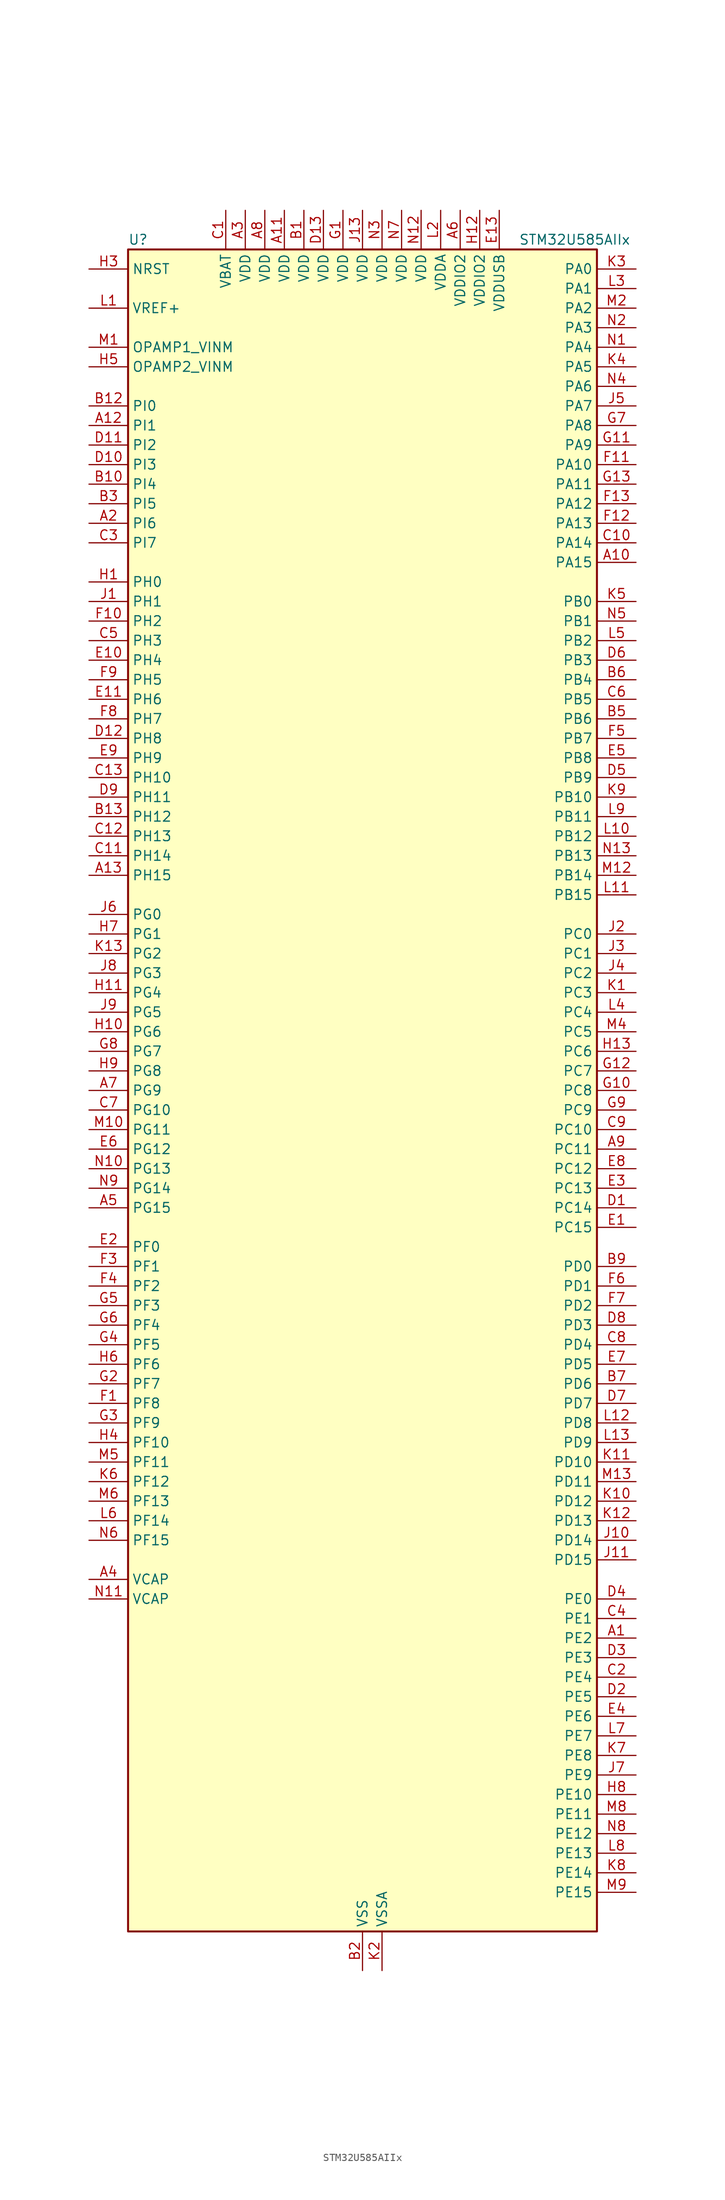
<source format=kicad_sym>
(kicad_symbol_lib
  (version 20211014)
  (generator kicad-library-utils)
  (symbol "STM32U585AIIx"
    (property "Reference" "U"
      (at -30.48 110.49 0)
      (effects (font (size 1.27 1.27)) (justify left)))
    (property "Value" "STM32U585AIIx"
      (at 20.32 110.49 0)
      (effects (font (size 1.27 1.27)) (justify left)))
    (property "ki_fp_filters" "*UFBGA*7x7mm*Layout13x13*P0.5mm*"
      (at 0.0 0.0 0.0)
      (effects (font (size 1.27 1.27))))
    (symbol "STM32U585AIIx_0_1"
      (rectangle (start -30.48 -109.22) (end 30.48 109.22) (stroke (width 0.254)) (fill (type background))))
    (symbol "STM32U585AIIx_1_1"
      (pin input line (at -35.56 106.68 0) (length 5.08) (name "NRST" (effects (font (size 1.27 1.27)))) (number "H3" (effects (font (size 1.27 1.27)))))
      (pin input line (at -35.56 101.6 0) (length 5.08) (name "VREF+" (effects (font (size 1.27 1.27)))) (number "L1" (effects (font (size 1.27 1.27)))) (alternate "VREFBUF_OUT" bidirectional line))
      (pin bidirectional line (at -35.56 96.52 0) (length 5.08) (name "OPAMP1_VINM" (effects (font (size 1.27 1.27)))) (number "M1" (effects (font (size 1.27 1.27)))) (alternate "OPAMP1_VINM" bidirectional line))
      (pin bidirectional line (at -35.56 93.98 0) (length 5.08) (name "OPAMP2_VINM" (effects (font (size 1.27 1.27)))) (number "H5" (effects (font (size 1.27 1.27)))) (alternate "OPAMP2_VINM" bidirectional line))
      (pin bidirectional line (at -35.56 88.9 0) (length 5.08) (name "PI0" (effects (font (size 1.27 1.27)))) (number "B12" (effects (font (size 1.27 1.27)))) (alternate "DCMI_D13" bidirectional line) (alternate "OCTOSPIM_P1_IO5" bidirectional line) (alternate "PSSI_D13" bidirectional line) (alternate "SPI2_NSS" bidirectional line) (alternate "TIM5_CH4" bidirectional line))
      (pin bidirectional line (at -35.56 86.36 0) (length 5.08) (name "PI1" (effects (font (size 1.27 1.27)))) (number "A12" (effects (font (size 1.27 1.27)))) (alternate "DCMI_D8" bidirectional line) (alternate "OCTOSPIM_P2_IO2" bidirectional line) (alternate "PSSI_D8" bidirectional line) (alternate "SPI2_SCK" bidirectional line))
      (pin bidirectional line (at -35.56 83.82 0) (length 5.08) (name "PI2" (effects (font (size 1.27 1.27)))) (number "D11" (effects (font (size 1.27 1.27)))) (alternate "DCMI_D9" bidirectional line) (alternate "OCTOSPIM_P2_IO1" bidirectional line) (alternate "PSSI_D9" bidirectional line) (alternate "SPI2_MISO" bidirectional line) (alternate "TIM8_CH4" bidirectional line))
      (pin bidirectional line (at -35.56 81.28 0) (length 5.08) (name "PI3" (effects (font (size 1.27 1.27)))) (number "D10" (effects (font (size 1.27 1.27)))) (alternate "DCMI_D10" bidirectional line) (alternate "OCTOSPIM_P2_IO0" bidirectional line) (alternate "PSSI_D10" bidirectional line) (alternate "SPI2_MOSI" bidirectional line) (alternate "TIM8_ETR" bidirectional line))
      (pin bidirectional line (at -35.56 78.74 0) (length 5.08) (name "PI4" (effects (font (size 1.27 1.27)))) (number "B10" (effects (font (size 1.27 1.27)))) (alternate "DCMI_D5" bidirectional line) (alternate "PSSI_D5" bidirectional line) (alternate "SPI2_RDY" bidirectional line) (alternate "TIM8_BKIN" bidirectional line))
      (pin bidirectional line (at -35.56 76.2 0) (length 5.08) (name "PI5" (effects (font (size 1.27 1.27)))) (number "B3" (effects (font (size 1.27 1.27)))) (alternate "DCMI_VSYNC" bidirectional line) (alternate "OCTOSPIM_P2_NCS" bidirectional line) (alternate "PSSI_RDY" bidirectional line) (alternate "TIM8_CH1" bidirectional line))
      (pin bidirectional line (at -35.56 73.66 0) (length 5.08) (name "PI6" (effects (font (size 1.27 1.27)))) (number "A2" (effects (font (size 1.27 1.27)))) (alternate "DCMI_D6" bidirectional line) (alternate "OCTOSPIM_P2_CLK" bidirectional line) (alternate "PSSI_D6" bidirectional line) (alternate "TIM8_CH2" bidirectional line))
      (pin bidirectional line (at -35.56 71.12 0) (length 5.08) (name "PI7" (effects (font (size 1.27 1.27)))) (number "C3" (effects (font (size 1.27 1.27)))) (alternate "DCMI_D7" bidirectional line) (alternate "OCTOSPIM_P2_NCLK" bidirectional line) (alternate "PSSI_D7" bidirectional line) (alternate "TIM8_CH3" bidirectional line))
      (pin bidirectional line (at -35.56 66.04 0) (length 5.08) (name "PH0" (effects (font (size 1.27 1.27)))) (number "H1" (effects (font (size 1.27 1.27)))) (alternate "RCC_OSC_IN" bidirectional line))
      (pin bidirectional line (at -35.56 63.5 0) (length 5.08) (name "PH1" (effects (font (size 1.27 1.27)))) (number "J1" (effects (font (size 1.27 1.27)))) (alternate "RCC_OSC_OUT" bidirectional line))
      (pin bidirectional line (at -35.56 60.96 0) (length 5.08) (name "PH2" (effects (font (size 1.27 1.27)))) (number "F10" (effects (font (size 1.27 1.27)))) (alternate "OCTOSPIM_P1_IO4" bidirectional line))
      (pin bidirectional line (at -35.56 58.42 0) (length 5.08) (name "PH3" (effects (font (size 1.27 1.27)))) (number "C5" (effects (font (size 1.27 1.27)))))
      (pin bidirectional line (at -35.56 55.88 0) (length 5.08) (name "PH4" (effects (font (size 1.27 1.27)))) (number "E10" (effects (font (size 1.27 1.27)))) (alternate "I2C2_SCL" bidirectional line) (alternate "OCTOSPIM_P2_DQS" bidirectional line) (alternate "PSSI_D14" bidirectional line))
      (pin bidirectional line (at -35.56 53.34 0) (length 5.08) (name "PH5" (effects (font (size 1.27 1.27)))) (number "F9" (effects (font (size 1.27 1.27)))) (alternate "DCMI_PIXCLK" bidirectional line) (alternate "I2C2_SDA" bidirectional line) (alternate "PSSI_PDCK" bidirectional line))
      (pin bidirectional line (at -35.56 50.8 0) (length 5.08) (name "PH6" (effects (font (size 1.27 1.27)))) (number "E11" (effects (font (size 1.27 1.27)))) (alternate "DCMI_D8" bidirectional line) (alternate "I2C2_SMBA" bidirectional line) (alternate "OCTOSPIM_P2_CLK" bidirectional line) (alternate "PSSI_D8" bidirectional line))
      (pin bidirectional line (at -35.56 48.26 0) (length 5.08) (name "PH7" (effects (font (size 1.27 1.27)))) (number "F8" (effects (font (size 1.27 1.27)))) (alternate "DCMI_D9" bidirectional line) (alternate "I2C3_SCL" bidirectional line) (alternate "OCTOSPIM_P2_NCLK" bidirectional line) (alternate "PSSI_D9" bidirectional line))
      (pin bidirectional line (at -35.56 45.72 0) (length 5.08) (name "PH8" (effects (font (size 1.27 1.27)))) (number "D12" (effects (font (size 1.27 1.27)))) (alternate "DCMI_HSYNC" bidirectional line) (alternate "I2C3_SDA" bidirectional line) (alternate "OCTOSPIM_P2_IO3" bidirectional line) (alternate "PSSI_DE" bidirectional line))
      (pin bidirectional line (at -35.56 43.18 0) (length 5.08) (name "PH9" (effects (font (size 1.27 1.27)))) (number "E9" (effects (font (size 1.27 1.27)))) (alternate "DAC1_EXTI9" bidirectional line) (alternate "DCMI_D0" bidirectional line) (alternate "I2C3_SMBA" bidirectional line) (alternate "OCTOSPIM_P2_IO4" bidirectional line) (alternate "PSSI_D0" bidirectional line))
      (pin bidirectional line (at -35.56 40.64 0) (length 5.08) (name "PH10" (effects (font (size 1.27 1.27)))) (number "C13" (effects (font (size 1.27 1.27)))) (alternate "DCMI_D1" bidirectional line) (alternate "OCTOSPIM_P2_IO5" bidirectional line) (alternate "PSSI_D1" bidirectional line) (alternate "TIM5_CH1" bidirectional line))
      (pin bidirectional line (at -35.56 38.1 0) (length 5.08) (name "PH11" (effects (font (size 1.27 1.27)))) (number "D9" (effects (font (size 1.27 1.27)))) (alternate "ADC1_EXTI11" bidirectional line) (alternate "DCMI_D2" bidirectional line) (alternate "OCTOSPIM_P2_IO6" bidirectional line) (alternate "PSSI_D2" bidirectional line) (alternate "TIM5_CH2" bidirectional line))
      (pin bidirectional line (at -35.56 35.56 0) (length 5.08) (name "PH12" (effects (font (size 1.27 1.27)))) (number "B13" (effects (font (size 1.27 1.27)))) (alternate "DCMI_D3" bidirectional line) (alternate "OCTOSPIM_P2_IO7" bidirectional line) (alternate "PSSI_D3" bidirectional line) (alternate "TIM5_CH3" bidirectional line) (alternate "TIM8_CH4N" bidirectional line))
      (pin bidirectional line (at -35.56 33.02 0) (length 5.08) (name "PH13" (effects (font (size 1.27 1.27)))) (number "C12" (effects (font (size 1.27 1.27)))) (alternate "FDCAN1_TX" bidirectional line) (alternate "TIM8_CH1N" bidirectional line))
      (pin bidirectional line (at -35.56 30.48 0) (length 5.08) (name "PH14" (effects (font (size 1.27 1.27)))) (number "C11" (effects (font (size 1.27 1.27)))) (alternate "DCMI_D4" bidirectional line) (alternate "FDCAN1_RX" bidirectional line) (alternate "PSSI_D4" bidirectional line) (alternate "TIM8_CH2N" bidirectional line))
      (pin bidirectional line (at -35.56 27.94 0) (length 5.08) (name "PH15" (effects (font (size 1.27 1.27)))) (number "A13" (effects (font (size 1.27 1.27)))) (alternate "ADC1_EXTI15" bidirectional line) (alternate "ADC4_EXTI15" bidirectional line) (alternate "DCMI_D11" bidirectional line) (alternate "OCTOSPIM_P2_IO6" bidirectional line) (alternate "PSSI_D11" bidirectional line) (alternate "TIM8_CH3N" bidirectional line))
      (pin bidirectional line (at -35.56 22.86 0) (length 5.08) (name "PG0" (effects (font (size 1.27 1.27)))) (number "J6" (effects (font (size 1.27 1.27)))) (alternate "ADC4_IN7" bidirectional line) (alternate "FMC_A10" bidirectional line) (alternate "OCTOSPIM_P2_IO4" bidirectional line) (alternate "TSC_G8_IO3" bidirectional line))
      (pin bidirectional line (at -35.56 20.32 0) (length 5.08) (name "PG1" (effects (font (size 1.27 1.27)))) (number "H7" (effects (font (size 1.27 1.27)))) (alternate "ADC4_IN8" bidirectional line) (alternate "FMC_A11" bidirectional line) (alternate "OCTOSPIM_P2_IO5" bidirectional line) (alternate "TSC_G8_IO4" bidirectional line))
      (pin bidirectional line (at -35.56 17.78 0) (length 5.08) (name "PG2" (effects (font (size 1.27 1.27)))) (number "K13" (effects (font (size 1.27 1.27)))) (alternate "FMC_A12" bidirectional line) (alternate "SAI2_SCK_B" bidirectional line) (alternate "SPI1_SCK" bidirectional line))
      (pin bidirectional line (at -35.56 15.24 0) (length 5.08) (name "PG3" (effects (font (size 1.27 1.27)))) (number "J8" (effects (font (size 1.27 1.27)))) (alternate "FMC_A13" bidirectional line) (alternate "SAI2_FS_B" bidirectional line) (alternate "SPI1_MISO" bidirectional line))
      (pin bidirectional line (at -35.56 12.7 0) (length 5.08) (name "PG4" (effects (font (size 1.27 1.27)))) (number "H11" (effects (font (size 1.27 1.27)))) (alternate "FMC_A14" bidirectional line) (alternate "SAI2_MCLK_B" bidirectional line) (alternate "SPI1_MOSI" bidirectional line))
      (pin bidirectional line (at -35.56 10.16 0) (length 5.08) (name "PG5" (effects (font (size 1.27 1.27)))) (number "J9" (effects (font (size 1.27 1.27)))) (alternate "FMC_A15" bidirectional line) (alternate "LPUART1_CTS" bidirectional line) (alternate "SAI2_SD_B" bidirectional line) (alternate "SPI1_NSS" bidirectional line))
      (pin bidirectional line (at -35.56 7.62 0) (length 5.08) (name "PG6" (effects (font (size 1.27 1.27)))) (number "H10" (effects (font (size 1.27 1.27)))) (alternate "I2C3_SMBA" bidirectional line) (alternate "LPUART1_DE" bidirectional line) (alternate "LPUART1_RTS" bidirectional line) (alternate "OCTOSPIM_P1_DQS" bidirectional line) (alternate "SPI1_RDY" bidirectional line) (alternate "UCPD1_FRSTX1" bidirectional line))
      (pin bidirectional line (at -35.56 5.08 0) (length 5.08) (name "PG7" (effects (font (size 1.27 1.27)))) (number "G8" (effects (font (size 1.27 1.27)))) (alternate "FMC_INT" bidirectional line) (alternate "I2C3_SCL" bidirectional line) (alternate "LPUART1_TX" bidirectional line) (alternate "MDF1_CCK0" bidirectional line) (alternate "OCTOSPIM_P2_DQS" bidirectional line) (alternate "SAI1_CK1" bidirectional line) (alternate "SAI1_MCLK_A" bidirectional line) (alternate "UCPD1_FRSTX2" bidirectional line))
      (pin bidirectional line (at -35.56 2.54 0) (length 5.08) (name "PG8" (effects (font (size 1.27 1.27)))) (number "H9" (effects (font (size 1.27 1.27)))) (alternate "I2C3_SDA" bidirectional line) (alternate "LPUART1_RX" bidirectional line))
      (pin bidirectional line (at -35.56 0.0 0) (length 5.08) (name "PG9" (effects (font (size 1.27 1.27)))) (number "A7" (effects (font (size 1.27 1.27)))) (alternate "DAC1_EXTI9" bidirectional line) (alternate "FMC_NCE" bidirectional line) (alternate "FMC_NE2" bidirectional line) (alternate "OCTOSPIM_P2_IO6" bidirectional line) (alternate "SAI2_SCK_A" bidirectional line) (alternate "SPI3_SCK" bidirectional line) (alternate "TIM15_CH1N" bidirectional line) (alternate "USART1_TX" bidirectional line))
      (pin bidirectional line (at -35.56 -2.54 0) (length 5.08) (name "PG10" (effects (font (size 1.27 1.27)))) (number "C7" (effects (font (size 1.27 1.27)))) (alternate "FMC_NE3" bidirectional line) (alternate "LPTIM1_IN1" bidirectional line) (alternate "OCTOSPIM_P2_IO7" bidirectional line) (alternate "SAI2_FS_A" bidirectional line) (alternate "SPI3_MISO" bidirectional line) (alternate "TIM15_CH1" bidirectional line) (alternate "USART1_RX" bidirectional line))
      (pin bidirectional line (at -35.56 -5.08 0) (length 5.08) (name "PG11" (effects (font (size 1.27 1.27)))) (number "M10" (effects (font (size 1.27 1.27)))) (alternate "ADC1_EXTI11" bidirectional line) (alternate "LPTIM1_IN2" bidirectional line) (alternate "OCTOSPIM_P1_IO5" bidirectional line) (alternate "SAI2_MCLK_A" bidirectional line) (alternate "SPI3_MOSI" bidirectional line) (alternate "TIM15_CH2" bidirectional line) (alternate "USART1_CTS" bidirectional line))
      (pin bidirectional line (at -35.56 -7.62 0) (length 5.08) (name "PG12" (effects (font (size 1.27 1.27)))) (number "E6" (effects (font (size 1.27 1.27)))) (alternate "FMC_NE4" bidirectional line) (alternate "LPTIM1_ETR" bidirectional line) (alternate "OCTOSPIM_P2_NCS" bidirectional line) (alternate "SAI2_SD_A" bidirectional line) (alternate "SPI3_NSS" bidirectional line) (alternate "USART1_DE" bidirectional line) (alternate "USART1_RTS" bidirectional line))
      (pin bidirectional line (at -35.56 -10.16 0) (length 5.08) (name "PG13" (effects (font (size 1.27 1.27)))) (number "N10" (effects (font (size 1.27 1.27)))) (alternate "FMC_A24" bidirectional line) (alternate "I2C1_SDA" bidirectional line) (alternate "SPI3_RDY" bidirectional line) (alternate "USART1_CK" bidirectional line))
      (pin bidirectional line (at -35.56 -12.7 0) (length 5.08) (name "PG14" (effects (font (size 1.27 1.27)))) (number "N9" (effects (font (size 1.27 1.27)))) (alternate "FMC_A25" bidirectional line) (alternate "I2C1_SCL" bidirectional line) (alternate "LPTIM1_CH2" bidirectional line))
      (pin bidirectional line (at -35.56 -15.24 0) (length 5.08) (name "PG15" (effects (font (size 1.27 1.27)))) (number "A5" (effects (font (size 1.27 1.27)))) (alternate "ADC1_EXTI15" bidirectional line) (alternate "ADC4_EXTI15" bidirectional line) (alternate "DCMI_D13" bidirectional line) (alternate "I2C1_SMBA" bidirectional line) (alternate "LPTIM1_CH1" bidirectional line) (alternate "OCTOSPIM_P2_DQS" bidirectional line) (alternate "PSSI_D13" bidirectional line))
      (pin bidirectional line (at -35.56 -20.32 0) (length 5.08) (name "PF0" (effects (font (size 1.27 1.27)))) (number "E2" (effects (font (size 1.27 1.27)))) (alternate "FMC_A0" bidirectional line) (alternate "I2C2_SDA" bidirectional line) (alternate "OCTOSPIM_P2_IO0" bidirectional line))
      (pin bidirectional line (at -35.56 -22.86 0) (length 5.08) (name "PF1" (effects (font (size 1.27 1.27)))) (number "F3" (effects (font (size 1.27 1.27)))) (alternate "FMC_A1" bidirectional line) (alternate "I2C2_SCL" bidirectional line) (alternate "OCTOSPIM_P2_IO1" bidirectional line))
      (pin bidirectional line (at -35.56 -25.4 0) (length 5.08) (name "PF2" (effects (font (size 1.27 1.27)))) (number "F4" (effects (font (size 1.27 1.27)))) (alternate "FMC_A2" bidirectional line) (alternate "I2C2_SMBA" bidirectional line) (alternate "LPTIM3_CH2" bidirectional line) (alternate "OCTOSPIM_P2_IO2" bidirectional line) (alternate "PWR_WKUP8" bidirectional line))
      (pin bidirectional line (at -35.56 -27.94 0) (length 5.08) (name "PF3" (effects (font (size 1.27 1.27)))) (number "G5" (effects (font (size 1.27 1.27)))) (alternate "FMC_A3" bidirectional line) (alternate "LPTIM3_IN1" bidirectional line) (alternate "OCTOSPIM_P2_IO3" bidirectional line))
      (pin bidirectional line (at -35.56 -30.48 0) (length 5.08) (name "PF4" (effects (font (size 1.27 1.27)))) (number "G6" (effects (font (size 1.27 1.27)))) (alternate "FMC_A4" bidirectional line) (alternate "LPTIM3_ETR" bidirectional line) (alternate "OCTOSPIM_P2_CLK" bidirectional line))
      (pin bidirectional line (at -35.56 -33.02 0) (length 5.08) (name "PF5" (effects (font (size 1.27 1.27)))) (number "G4" (effects (font (size 1.27 1.27)))) (alternate "FMC_A5" bidirectional line) (alternate "LPTIM3_CH1" bidirectional line) (alternate "OCTOSPIM_P2_NCLK" bidirectional line))
      (pin bidirectional line (at -35.56 -35.56 0) (length 5.08) (name "PF6" (effects (font (size 1.27 1.27)))) (number "H6" (effects (font (size 1.27 1.27)))) (alternate "DCMI_D12" bidirectional line) (alternate "OCTOSPIM_P1_IO3" bidirectional line) (alternate "OCTOSPIM_P2_NCS" bidirectional line) (alternate "PSSI_D12" bidirectional line) (alternate "SAI1_SD_B" bidirectional line) (alternate "TIM5_CH1" bidirectional line) (alternate "TIM5_ETR" bidirectional line))
      (pin bidirectional line (at -35.56 -38.1 0) (length 5.08) (name "PF7" (effects (font (size 1.27 1.27)))) (number "G2" (effects (font (size 1.27 1.27)))) (alternate "FDCAN1_RX" bidirectional line) (alternate "OCTOSPIM_P1_IO2" bidirectional line) (alternate "SAI1_MCLK_B" bidirectional line) (alternate "TIM5_CH2" bidirectional line))
      (pin bidirectional line (at -35.56 -40.64 0) (length 5.08) (name "PF8" (effects (font (size 1.27 1.27)))) (number "F1" (effects (font (size 1.27 1.27)))) (alternate "FDCAN1_TX" bidirectional line) (alternate "OCTOSPIM_P1_IO0" bidirectional line) (alternate "PSSI_D14" bidirectional line) (alternate "SAI1_SCK_B" bidirectional line) (alternate "TIM5_CH3" bidirectional line))
      (pin bidirectional line (at -35.56 -43.18 0) (length 5.08) (name "PF9" (effects (font (size 1.27 1.27)))) (number "G3" (effects (font (size 1.27 1.27)))) (alternate "DAC1_EXTI9" bidirectional line) (alternate "OCTOSPIM_P1_IO1" bidirectional line) (alternate "PSSI_D15" bidirectional line) (alternate "SAI1_FS_B" bidirectional line) (alternate "TIM15_CH1" bidirectional line) (alternate "TIM5_CH4" bidirectional line))
      (pin bidirectional line (at -35.56 -45.72 0) (length 5.08) (name "PF10" (effects (font (size 1.27 1.27)))) (number "H4" (effects (font (size 1.27 1.27)))) (alternate "DCMI_D11" bidirectional line) (alternate "MDF1_CCK1" bidirectional line) (alternate "OCTOSPIM_P1_CLK" bidirectional line) (alternate "PSSI_D11" bidirectional line) (alternate "PSSI_D15" bidirectional line) (alternate "SAI1_D3" bidirectional line) (alternate "TIM15_CH2" bidirectional line))
      (pin bidirectional line (at -35.56 -48.26 0) (length 5.08) (name "PF11" (effects (font (size 1.27 1.27)))) (number "M5" (effects (font (size 1.27 1.27)))) (alternate "ADC1_EXTI11" bidirectional line) (alternate "DCMI_D12" bidirectional line) (alternate "LPTIM4_IN1" bidirectional line) (alternate "OCTOSPIM_P1_NCLK" bidirectional line) (alternate "PSSI_D12" bidirectional line))
      (pin bidirectional line (at -35.56 -50.8 0) (length 5.08) (name "PF12" (effects (font (size 1.27 1.27)))) (number "K6" (effects (font (size 1.27 1.27)))) (alternate "FMC_A6" bidirectional line) (alternate "LPTIM4_ETR" bidirectional line) (alternate "OCTOSPIM_P2_DQS" bidirectional line))
      (pin bidirectional line (at -35.56 -53.34 0) (length 5.08) (name "PF13" (effects (font (size 1.27 1.27)))) (number "M6" (effects (font (size 1.27 1.27)))) (alternate "FMC_A7" bidirectional line) (alternate "I2C4_SMBA" bidirectional line) (alternate "LPTIM4_OUT" bidirectional line) (alternate "UCPD1_FRSTX2" bidirectional line))
      (pin bidirectional line (at -35.56 -55.88 0) (length 5.08) (name "PF14" (effects (font (size 1.27 1.27)))) (number "L6" (effects (font (size 1.27 1.27)))) (alternate "ADC4_IN5" bidirectional line) (alternate "FMC_A8" bidirectional line) (alternate "I2C4_SCL" bidirectional line) (alternate "TSC_G8_IO1" bidirectional line))
      (pin bidirectional line (at -35.56 -58.42 0) (length 5.08) (name "PF15" (effects (font (size 1.27 1.27)))) (number "N6" (effects (font (size 1.27 1.27)))) (alternate "ADC1_EXTI15" bidirectional line) (alternate "ADC4_EXTI15" bidirectional line) (alternate "ADC4_IN6" bidirectional line) (alternate "FMC_A9" bidirectional line) (alternate "I2C4_SDA" bidirectional line) (alternate "TSC_G8_IO2" bidirectional line))
      (pin power_out line (at -35.56 -63.5 0) (length 5.08) (name "VCAP" (effects (font (size 1.27 1.27)))) (number "A4" (effects (font (size 1.27 1.27)))))
      (pin power_out line (at -35.56 -66.04 0) (length 5.08) (name "VCAP" (effects (font (size 1.27 1.27)))) (number "N11" (effects (font (size 1.27 1.27)))))
      (pin bidirectional line (at 35.56 106.68 180) (length 5.08) (name "PA0" (effects (font (size 1.27 1.27)))) (number "K3" (effects (font (size 1.27 1.27)))) (alternate "ADC1_IN5" bidirectional line) (alternate "AUDIOCLK" bidirectional line) (alternate "OCTOSPIM_P2_NCS" bidirectional line) (alternate "OPAMP1_VINP" bidirectional line) (alternate "PWR_WKUP1" bidirectional line) (alternate "SDMMC2_CMD" bidirectional line) (alternate "SPI3_RDY" bidirectional line) (alternate "TAMP_IN2" bidirectional line) (alternate "TAMP_OUT1" bidirectional line) (alternate "TIM2_CH1" bidirectional line) (alternate "TIM2_ETR" bidirectional line) (alternate "TIM5_CH1" bidirectional line) (alternate "TIM8_ETR" bidirectional line) (alternate "UART4_TX" bidirectional line) (alternate "USART2_CTS" bidirectional line))
      (pin bidirectional line (at 35.56 104.14 180) (length 5.08) (name "PA1" (effects (font (size 1.27 1.27)))) (number "L3" (effects (font (size 1.27 1.27)))) (alternate "ADC1_IN6" bidirectional line) (alternate "I2C1_SMBA" bidirectional line) (alternate "LPTIM1_CH2" bidirectional line) (alternate "OCTOSPIM_P1_DQS" bidirectional line) (alternate "OPAMP1_VINM" bidirectional line) (alternate "PWR_WKUP3" bidirectional line) (alternate "SPI1_SCK" bidirectional line) (alternate "TAMP_IN5" bidirectional line) (alternate "TAMP_OUT4" bidirectional line) (alternate "TIM15_CH1N" bidirectional line) (alternate "TIM2_CH2" bidirectional line) (alternate "TIM5_CH2" bidirectional line) (alternate "UART4_RX" bidirectional line) (alternate "USART2_DE" bidirectional line) (alternate "USART2_RTS" bidirectional line))
      (pin bidirectional line (at 35.56 101.6 180) (length 5.08) (name "PA2" (effects (font (size 1.27 1.27)))) (number "M2" (effects (font (size 1.27 1.27)))) (alternate "ADC1_IN7" bidirectional line) (alternate "COMP1_INP" bidirectional line) (alternate "LPUART1_TX" bidirectional line) (alternate "OCTOSPIM_P1_NCS" bidirectional line) (alternate "PWR_WKUP4" bidirectional line) (alternate "RCC_LSCO" bidirectional line) (alternate "SPI1_RDY" bidirectional line) (alternate "TIM15_CH1" bidirectional line) (alternate "TIM2_CH3" bidirectional line) (alternate "TIM5_CH3" bidirectional line) (alternate "UCPD1_FRSTX1" bidirectional line) (alternate "USART2_TX" bidirectional line))
      (pin bidirectional line (at 35.56 99.06 180) (length 5.08) (name "PA3" (effects (font (size 1.27 1.27)))) (number "N2" (effects (font (size 1.27 1.27)))) (alternate "ADC1_IN8" bidirectional line) (alternate "LPUART1_RX" bidirectional line) (alternate "OCTOSPIM_P1_CLK" bidirectional line) (alternate "OPAMP1_VOUT" bidirectional line) (alternate "PWR_WKUP5" bidirectional line) (alternate "SAI1_CK1" bidirectional line) (alternate "SAI1_MCLK_A" bidirectional line) (alternate "TIM15_CH2" bidirectional line) (alternate "TIM2_CH4" bidirectional line) (alternate "TIM5_CH4" bidirectional line) (alternate "USART2_RX" bidirectional line))
      (pin bidirectional line (at 35.56 96.52 180) (length 5.08) (name "PA4" (effects (font (size 1.27 1.27)))) (number "N1" (effects (font (size 1.27 1.27)))) (alternate "ADC1_IN9" bidirectional line) (alternate "ADC4_IN9" bidirectional line) (alternate "DAC1_OUT1" bidirectional line) (alternate "DCMI_HSYNC" bidirectional line) (alternate "LPTIM2_CH1" bidirectional line) (alternate "OCTOSPIM_P1_NCS" bidirectional line) (alternate "PSSI_DE" bidirectional line) (alternate "PWR_WKUP2" bidirectional line) (alternate "SAI1_FS_B" bidirectional line) (alternate "SPI1_NSS" bidirectional line) (alternate "SPI3_NSS" bidirectional line) (alternate "USART2_CK" bidirectional line))
      (pin bidirectional line (at 35.56 93.98 180) (length 5.08) (name "PA5" (effects (font (size 1.27 1.27)))) (number "K4" (effects (font (size 1.27 1.27)))) (alternate "ADC1_IN10" bidirectional line) (alternate "ADC4_IN10" bidirectional line) (alternate "DAC1_OUT2" bidirectional line) (alternate "LPTIM2_ETR" bidirectional line) (alternate "PSSI_D14" bidirectional line) (alternate "PWR_CSLEEP" bidirectional line) (alternate "PWR_WKUP6" bidirectional line) (alternate "SPI1_SCK" bidirectional line) (alternate "TIM2_CH1" bidirectional line) (alternate "TIM2_ETR" bidirectional line) (alternate "TIM8_CH1N" bidirectional line) (alternate "USART3_RX" bidirectional line))
      (pin bidirectional line (at 35.56 91.44 180) (length 5.08) (name "PA6" (effects (font (size 1.27 1.27)))) (number "N4" (effects (font (size 1.27 1.27)))) (alternate "ADC1_IN11" bidirectional line) (alternate "ADC4_IN11" bidirectional line) (alternate "DCMI_PIXCLK" bidirectional line) (alternate "LPUART1_CTS" bidirectional line) (alternate "OCTOSPIM_P1_IO3" bidirectional line) (alternate "OPAMP2_VINP" bidirectional line) (alternate "PSSI_PDCK" bidirectional line) (alternate "PWR_CDSTOP" bidirectional line) (alternate "PWR_WKUP7" bidirectional line) (alternate "SPI1_MISO" bidirectional line) (alternate "TIM16_CH1" bidirectional line) (alternate "TIM1_BKIN" bidirectional line) (alternate "TIM3_CH1" bidirectional line) (alternate "TIM8_BKIN" bidirectional line) (alternate "USART3_CTS" bidirectional line))
      (pin bidirectional line (at 35.56 88.9 180) (length 5.08) (name "PA7" (effects (font (size 1.27 1.27)))) (number "J5" (effects (font (size 1.27 1.27)))) (alternate "ADC1_IN12" bidirectional line) (alternate "ADC4_IN20" bidirectional line) (alternate "I2C3_SCL" bidirectional line) (alternate "LPTIM2_CH2" bidirectional line) (alternate "OCTOSPIM_P1_IO2" bidirectional line) (alternate "OPAMP2_VINM" bidirectional line) (alternate "PWR_SRDSTOP" bidirectional line) (alternate "PWR_WKUP8" bidirectional line) (alternate "SPI1_MOSI" bidirectional line) (alternate "TIM17_CH1" bidirectional line) (alternate "TIM1_CH1N" bidirectional line) (alternate "TIM3_CH2" bidirectional line) (alternate "TIM8_CH1N" bidirectional line) (alternate "USART3_TX" bidirectional line))
      (pin bidirectional line (at 35.56 86.36 180) (length 5.08) (name "PA8" (effects (font (size 1.27 1.27)))) (number "G7" (effects (font (size 1.27 1.27)))) (alternate "DEBUG_TRACECLK" bidirectional line) (alternate "LPTIM2_CH1" bidirectional line) (alternate "RCC_MCO" bidirectional line) (alternate "SAI1_CK2" bidirectional line) (alternate "SAI1_SCK_A" bidirectional line) (alternate "SPI1_RDY" bidirectional line) (alternate "TIM1_CH1" bidirectional line) (alternate "USART1_CK" bidirectional line) (alternate "USB_OTG_FS_SOF" bidirectional line))
      (pin bidirectional line (at 35.56 83.82 180) (length 5.08) (name "PA9" (effects (font (size 1.27 1.27)))) (number "G11" (effects (font (size 1.27 1.27)))) (alternate "DAC1_EXTI9" bidirectional line) (alternate "DCMI_D0" bidirectional line) (alternate "PSSI_D0" bidirectional line) (alternate "SAI1_FS_A" bidirectional line) (alternate "SPI2_SCK" bidirectional line) (alternate "TIM15_BKIN" bidirectional line) (alternate "TIM1_CH2" bidirectional line) (alternate "USART1_TX" bidirectional line) (alternate "USB_OTG_FS_VBUS" bidirectional line))
      (pin bidirectional line (at 35.56 81.28 180) (length 5.08) (name "PA10" (effects (font (size 1.27 1.27)))) (number "F11" (effects (font (size 1.27 1.27)))) (alternate "CRS_SYNC" bidirectional line) (alternate "DCMI_D1" bidirectional line) (alternate "LPTIM2_IN2" bidirectional line) (alternate "PSSI_D1" bidirectional line) (alternate "SAI1_D1" bidirectional line) (alternate "SAI1_SD_A" bidirectional line) (alternate "TIM17_BKIN" bidirectional line) (alternate "TIM1_CH3" bidirectional line) (alternate "USART1_RX" bidirectional line) (alternate "USB_OTG_FS_ID" bidirectional line))
      (pin bidirectional line (at 35.56 78.74 180) (length 5.08) (name "PA11" (effects (font (size 1.27 1.27)))) (number "G13" (effects (font (size 1.27 1.27)))) (alternate "ADC1_EXTI11" bidirectional line) (alternate "FDCAN1_RX" bidirectional line) (alternate "SPI1_MISO" bidirectional line) (alternate "TIM1_BKIN2" bidirectional line) (alternate "TIM1_CH4" bidirectional line) (alternate "USART1_CTS" bidirectional line) (alternate "USB_OTG_FS_DM" bidirectional line))
      (pin bidirectional line (at 35.56 76.2 180) (length 5.08) (name "PA12" (effects (font (size 1.27 1.27)))) (number "F13" (effects (font (size 1.27 1.27)))) (alternate "FDCAN1_TX" bidirectional line) (alternate "OCTOSPIM_P2_NCS" bidirectional line) (alternate "SPI1_MOSI" bidirectional line) (alternate "TIM1_ETR" bidirectional line) (alternate "USART1_DE" bidirectional line) (alternate "USART1_RTS" bidirectional line) (alternate "USB_OTG_FS_DP" bidirectional line))
      (pin bidirectional line (at 35.56 73.66 180) (length 5.08) (name "PA13" (effects (font (size 1.27 1.27)))) (number "F12" (effects (font (size 1.27 1.27)))) (alternate "DEBUG_JTMS-SWDIO" bidirectional line) (alternate "IR_OUT" bidirectional line) (alternate "SAI1_SD_B" bidirectional line) (alternate "USB_OTG_FS_NOE" bidirectional line))
      (pin bidirectional line (at 35.56 71.12 180) (length 5.08) (name "PA14" (effects (font (size 1.27 1.27)))) (number "C10" (effects (font (size 1.27 1.27)))) (alternate "DEBUG_JTCK-SWCLK" bidirectional line) (alternate "I2C1_SMBA" bidirectional line) (alternate "I2C4_SMBA" bidirectional line) (alternate "LPTIM1_CH1" bidirectional line) (alternate "SAI1_FS_B" bidirectional line) (alternate "USB_OTG_FS_SOF" bidirectional line))
      (pin bidirectional line (at 35.56 68.58 180) (length 5.08) (name "PA15" (effects (font (size 1.27 1.27)))) (number "A10" (effects (font (size 1.27 1.27)))) (alternate "ADC1_EXTI15" bidirectional line) (alternate "ADC4_EXTI15" bidirectional line) (alternate "DEBUG_JTDI" bidirectional line) (alternate "SAI2_FS_B" bidirectional line) (alternate "SPI1_NSS" bidirectional line) (alternate "SPI3_NSS" bidirectional line) (alternate "TIM2_CH1" bidirectional line) (alternate "TIM2_ETR" bidirectional line) (alternate "UART4_DE" bidirectional line) (alternate "UART4_RTS" bidirectional line) (alternate "UCPD1_CC1" bidirectional line) (alternate "USART2_RX" bidirectional line) (alternate "USART3_DE" bidirectional line) (alternate "USART3_RTS" bidirectional line))
      (pin bidirectional line (at 35.56 63.5 180) (length 5.08) (name "PB0" (effects (font (size 1.27 1.27)))) (number "K5" (effects (font (size 1.27 1.27)))) (alternate "ADC1_IN15" bidirectional line) (alternate "ADC4_IN18" bidirectional line) (alternate "AUDIOCLK" bidirectional line) (alternate "COMP1_OUT" bidirectional line) (alternate "LPTIM3_CH1" bidirectional line) (alternate "OCTOSPIM_P1_IO1" bidirectional line) (alternate "OPAMP2_VOUT" bidirectional line) (alternate "SPI1_NSS" bidirectional line) (alternate "TIM1_CH2N" bidirectional line) (alternate "TIM3_CH3" bidirectional line) (alternate "TIM8_CH2N" bidirectional line) (alternate "USART3_CK" bidirectional line))
      (pin bidirectional line (at 35.56 60.96 180) (length 5.08) (name "PB1" (effects (font (size 1.27 1.27)))) (number "N5" (effects (font (size 1.27 1.27)))) (alternate "ADC1_IN16" bidirectional line) (alternate "ADC4_IN19" bidirectional line) (alternate "COMP1_INM" bidirectional line) (alternate "LPTIM2_IN1" bidirectional line) (alternate "LPTIM3_CH2" bidirectional line) (alternate "LPUART1_DE" bidirectional line) (alternate "LPUART1_RTS" bidirectional line) (alternate "MDF1_SDI0" bidirectional line) (alternate "OCTOSPIM_P1_IO0" bidirectional line) (alternate "PWR_WKUP4" bidirectional line) (alternate "TIM1_CH3N" bidirectional line) (alternate "TIM3_CH4" bidirectional line) (alternate "TIM8_CH3N" bidirectional line) (alternate "USART3_DE" bidirectional line) (alternate "USART3_RTS" bidirectional line))
      (pin bidirectional line (at 35.56 58.42 180) (length 5.08) (name "PB2" (effects (font (size 1.27 1.27)))) (number "L5" (effects (font (size 1.27 1.27)))) (alternate "ADC1_IN17" bidirectional line) (alternate "COMP1_INP" bidirectional line) (alternate "I2C3_SMBA" bidirectional line) (alternate "LPTIM1_CH1" bidirectional line) (alternate "MDF1_CKI0" bidirectional line) (alternate "OCTOSPIM_P1_DQS" bidirectional line) (alternate "PWR_WKUP1" bidirectional line) (alternate "RTC_OUT2" bidirectional line) (alternate "SPI1_RDY" bidirectional line) (alternate "TIM8_CH4N" bidirectional line) (alternate "UCPD1_FRSTX1" bidirectional line))
      (pin bidirectional line (at 35.56 55.88 180) (length 5.08) (name "PB3" (effects (font (size 1.27 1.27)))) (number "D6" (effects (font (size 1.27 1.27)))) (alternate "ADF1_CCK0" bidirectional line) (alternate "COMP2_INM" bidirectional line) (alternate "CRS_SYNC" bidirectional line) (alternate "DEBUG_JTDO-SWO" bidirectional line) (alternate "I2C1_SDA" bidirectional line) (alternate "LPTIM1_CH1" bidirectional line) (alternate "SAI1_SCK_B" bidirectional line) (alternate "SDMMC2_D2" bidirectional line) (alternate "SPI1_SCK" bidirectional line) (alternate "SPI3_SCK" bidirectional line) (alternate "TIM2_CH2" bidirectional line) (alternate "USART1_DE" bidirectional line) (alternate "USART1_RTS" bidirectional line))
      (pin bidirectional line (at 35.56 53.34 180) (length 5.08) (name "PB4" (effects (font (size 1.27 1.27)))) (number "B6" (effects (font (size 1.27 1.27)))) (alternate "ADF1_SDI0" bidirectional line) (alternate "COMP2_INP" bidirectional line) (alternate "DCMI_D12" bidirectional line) (alternate "DEBUG_JTRST" bidirectional line) (alternate "I2C3_SDA" bidirectional line) (alternate "LPTIM1_CH2" bidirectional line) (alternate "PSSI_D12" bidirectional line) (alternate "SAI1_MCLK_B" bidirectional line) (alternate "SDMMC2_D3" bidirectional line) (alternate "SPI1_MISO" bidirectional line) (alternate "SPI3_MISO" bidirectional line) (alternate "TIM17_BKIN" bidirectional line) (alternate "TIM3_CH1" bidirectional line) (alternate "TSC_G2_IO1" bidirectional line) (alternate "UART5_DE" bidirectional line) (alternate "UART5_RTS" bidirectional line) (alternate "USART1_CTS" bidirectional line))
      (pin bidirectional line (at 35.56 50.8 180) (length 5.08) (name "PB5" (effects (font (size 1.27 1.27)))) (number "C6" (effects (font (size 1.27 1.27)))) (alternate "COMP2_OUT" bidirectional line) (alternate "DCMI_D10" bidirectional line) (alternate "I2C1_SMBA" bidirectional line) (alternate "LPTIM1_IN1" bidirectional line) (alternate "OCTOSPIM_P1_NCLK" bidirectional line) (alternate "PSSI_D10" bidirectional line) (alternate "PWR_WKUP6" bidirectional line) (alternate "SAI1_SD_B" bidirectional line) (alternate "SPI1_MOSI" bidirectional line) (alternate "SPI3_MOSI" bidirectional line) (alternate "TIM16_BKIN" bidirectional line) (alternate "TIM3_CH2" bidirectional line) (alternate "TSC_G2_IO2" bidirectional line) (alternate "UART5_CTS" bidirectional line) (alternate "UCPD1_DBCC1" bidirectional line) (alternate "USART1_CK" bidirectional line))
      (pin bidirectional line (at 35.56 48.26 180) (length 5.08) (name "PB6" (effects (font (size 1.27 1.27)))) (number "B5" (effects (font (size 1.27 1.27)))) (alternate "COMP2_INP" bidirectional line) (alternate "DCMI_D5" bidirectional line) (alternate "I2C1_SCL" bidirectional line) (alternate "I2C4_SCL" bidirectional line) (alternate "LPTIM1_ETR" bidirectional line) (alternate "MDF1_SDI5" bidirectional line) (alternate "PSSI_D5" bidirectional line) (alternate "PWR_WKUP3" bidirectional line) (alternate "SAI1_FS_B" bidirectional line) (alternate "TIM16_CH1N" bidirectional line) (alternate "TIM4_CH1" bidirectional line) (alternate "TIM8_BKIN2" bidirectional line) (alternate "TSC_G2_IO3" bidirectional line) (alternate "USART1_TX" bidirectional line))
      (pin bidirectional line (at 35.56 45.72 180) (length 5.08) (name "PB7" (effects (font (size 1.27 1.27)))) (number "F5" (effects (font (size 1.27 1.27)))) (alternate "COMP2_INM" bidirectional line) (alternate "DCMI_VSYNC" bidirectional line) (alternate "FMC_NL" bidirectional line) (alternate "I2C1_SDA" bidirectional line) (alternate "I2C4_SDA" bidirectional line) (alternate "LPTIM1_IN2" bidirectional line) (alternate "MDF1_CKI5" bidirectional line) (alternate "PSSI_RDY" bidirectional line) (alternate "PWR_PVD_IN" bidirectional line) (alternate "PWR_WKUP4" bidirectional line) (alternate "TIM17_CH1N" bidirectional line) (alternate "TIM4_CH2" bidirectional line) (alternate "TIM8_BKIN" bidirectional line) (alternate "TSC_G2_IO4" bidirectional line) (alternate "UART4_CTS" bidirectional line) (alternate "USART1_RX" bidirectional line))
      (pin bidirectional line (at 35.56 43.18 180) (length 5.08) (name "PB8" (effects (font (size 1.27 1.27)))) (number "E5" (effects (font (size 1.27 1.27)))) (alternate "DCMI_D6" bidirectional line) (alternate "FDCAN1_RX" bidirectional line) (alternate "I2C1_SCL" bidirectional line) (alternate "MDF1_CCK0" bidirectional line) (alternate "PSSI_D6" bidirectional line) (alternate "PWR_WKUP5" bidirectional line) (alternate "SAI1_CK1" bidirectional line) (alternate "SAI1_MCLK_A" bidirectional line) (alternate "SDMMC1_CKIN" bidirectional line) (alternate "SDMMC1_D4" bidirectional line) (alternate "SDMMC2_D4" bidirectional line) (alternate "SPI3_RDY" bidirectional line) (alternate "TIM16_CH1" bidirectional line) (alternate "TIM4_CH3" bidirectional line))
      (pin bidirectional line (at 35.56 40.64 180) (length 5.08) (name "PB9" (effects (font (size 1.27 1.27)))) (number "D5" (effects (font (size 1.27 1.27)))) (alternate "DAC1_EXTI9" bidirectional line) (alternate "DCMI_D7" bidirectional line) (alternate "FDCAN1_TX" bidirectional line) (alternate "I2C1_SDA" bidirectional line) (alternate "IR_OUT" bidirectional line) (alternate "PSSI_D7" bidirectional line) (alternate "SAI1_D2" bidirectional line) (alternate "SAI1_FS_A" bidirectional line) (alternate "SDMMC1_CDIR" bidirectional line) (alternate "SDMMC1_D5" bidirectional line) (alternate "SDMMC2_D5" bidirectional line) (alternate "SPI2_NSS" bidirectional line) (alternate "TIM17_CH1" bidirectional line) (alternate "TIM4_CH4" bidirectional line))
      (pin bidirectional line (at 35.56 38.1 180) (length 5.08) (name "PB10" (effects (font (size 1.27 1.27)))) (number "K9" (effects (font (size 1.27 1.27)))) (alternate "COMP1_OUT" bidirectional line) (alternate "I2C2_SCL" bidirectional line) (alternate "I2C4_SCL" bidirectional line) (alternate "LPTIM3_CH1" bidirectional line) (alternate "LPUART1_RX" bidirectional line) (alternate "OCTOSPIM_P1_CLK" bidirectional line) (alternate "PWR_WKUP8" bidirectional line) (alternate "SAI1_SCK_A" bidirectional line) (alternate "SPI2_SCK" bidirectional line) (alternate "TIM2_CH3" bidirectional line) (alternate "TSC_SYNC" bidirectional line) (alternate "USART3_TX" bidirectional line))
      (pin bidirectional line (at 35.56 35.56 180) (length 5.08) (name "PB11" (effects (font (size 1.27 1.27)))) (number "L9" (effects (font (size 1.27 1.27)))) (alternate "ADC1_EXTI11" bidirectional line) (alternate "COMP2_OUT" bidirectional line) (alternate "I2C2_SDA" bidirectional line) (alternate "I2C4_SDA" bidirectional line) (alternate "LPUART1_TX" bidirectional line) (alternate "OCTOSPIM_P1_NCS" bidirectional line) (alternate "SPI2_RDY" bidirectional line) (alternate "TIM2_CH4" bidirectional line) (alternate "USART3_RX" bidirectional line))
      (pin bidirectional line (at 35.56 33.02 180) (length 5.08) (name "PB12" (effects (font (size 1.27 1.27)))) (number "L10" (effects (font (size 1.27 1.27)))) (alternate "I2C2_SMBA" bidirectional line) (alternate "LPUART1_DE" bidirectional line) (alternate "LPUART1_RTS" bidirectional line) (alternate "MDF1_SDI1" bidirectional line) (alternate "OCTOSPIM_P1_NCLK" bidirectional line) (alternate "SAI2_FS_A" bidirectional line) (alternate "SPI2_NSS" bidirectional line) (alternate "TIM15_BKIN" bidirectional line) (alternate "TIM1_BKIN" bidirectional line) (alternate "TSC_G1_IO1" bidirectional line) (alternate "USART3_CK" bidirectional line))
      (pin bidirectional line (at 35.56 30.48 180) (length 5.08) (name "PB13" (effects (font (size 1.27 1.27)))) (number "N13" (effects (font (size 1.27 1.27)))) (alternate "I2C2_SCL" bidirectional line) (alternate "LPTIM3_IN1" bidirectional line) (alternate "LPUART1_CTS" bidirectional line) (alternate "MDF1_CKI1" bidirectional line) (alternate "SAI2_SCK_A" bidirectional line) (alternate "SPI2_SCK" bidirectional line) (alternate "TIM15_CH1N" bidirectional line) (alternate "TIM1_CH1N" bidirectional line) (alternate "TSC_G1_IO2" bidirectional line) (alternate "USART3_CTS" bidirectional line))
      (pin bidirectional line (at 35.56 27.94 180) (length 5.08) (name "PB14" (effects (font (size 1.27 1.27)))) (number "M12" (effects (font (size 1.27 1.27)))) (alternate "I2C2_SDA" bidirectional line) (alternate "LPTIM3_ETR" bidirectional line) (alternate "MDF1_SDI2" bidirectional line) (alternate "SAI2_MCLK_A" bidirectional line) (alternate "SDMMC2_D0" bidirectional line) (alternate "SPI2_MISO" bidirectional line) (alternate "TIM15_CH1" bidirectional line) (alternate "TIM1_CH2N" bidirectional line) (alternate "TIM8_CH2N" bidirectional line) (alternate "TSC_G1_IO3" bidirectional line) (alternate "UCPD1_DBCC2" bidirectional line) (alternate "USART3_DE" bidirectional line) (alternate "USART3_RTS" bidirectional line))
      (pin bidirectional line (at 35.56 25.4 180) (length 5.08) (name "PB15" (effects (font (size 1.27 1.27)))) (number "L11" (effects (font (size 1.27 1.27)))) (alternate "ADC1_EXTI15" bidirectional line) (alternate "ADC4_EXTI15" bidirectional line) (alternate "FMC_NBL1" bidirectional line) (alternate "LPTIM2_IN2" bidirectional line) (alternate "MDF1_CKI2" bidirectional line) (alternate "PWR_WKUP7" bidirectional line) (alternate "RTC_REFIN" bidirectional line) (alternate "SAI2_SD_A" bidirectional line) (alternate "SDMMC2_D1" bidirectional line) (alternate "SPI2_MOSI" bidirectional line) (alternate "TIM15_CH2" bidirectional line) (alternate "TIM1_CH3N" bidirectional line) (alternate "TIM8_CH3N" bidirectional line) (alternate "UCPD1_CC2" bidirectional line))
      (pin bidirectional line (at 35.56 20.32 180) (length 5.08) (name "PC0" (effects (font (size 1.27 1.27)))) (number "J2" (effects (font (size 1.27 1.27)))) (alternate "ADC1_IN1" bidirectional line) (alternate "ADC4_IN1" bidirectional line) (alternate "I2C3_SCL" bidirectional line) (alternate "LPTIM1_IN1" bidirectional line) (alternate "LPTIM2_IN1" bidirectional line) (alternate "LPUART1_RX" bidirectional line) (alternate "MDF1_SDI4" bidirectional line) (alternate "OCTOSPIM_P1_IO7" bidirectional line) (alternate "SAI2_FS_A" bidirectional line) (alternate "SDMMC1_D5" bidirectional line) (alternate "SPI2_RDY" bidirectional line))
      (pin bidirectional line (at 35.56 17.78 180) (length 5.08) (name "PC1" (effects (font (size 1.27 1.27)))) (number "J3" (effects (font (size 1.27 1.27)))) (alternate "ADC1_IN2" bidirectional line) (alternate "ADC4_IN2" bidirectional line) (alternate "DEBUG_TRACED0" bidirectional line) (alternate "I2C3_SDA" bidirectional line) (alternate "LPTIM1_CH1" bidirectional line) (alternate "LPUART1_TX" bidirectional line) (alternate "MDF1_CKI4" bidirectional line) (alternate "OCTOSPIM_P1_IO4" bidirectional line) (alternate "SAI1_SD_A" bidirectional line) (alternate "SDMMC2_CK" bidirectional line) (alternate "SPI2_MOSI" bidirectional line))
      (pin bidirectional line (at 35.56 15.24 180) (length 5.08) (name "PC2" (effects (font (size 1.27 1.27)))) (number "J4" (effects (font (size 1.27 1.27)))) (alternate "ADC1_IN3" bidirectional line) (alternate "ADC4_IN3" bidirectional line) (alternate "LPTIM1_IN2" bidirectional line) (alternate "MDF1_CCK1" bidirectional line) (alternate "OCTOSPIM_P1_IO5" bidirectional line) (alternate "SPI2_MISO" bidirectional line))
      (pin bidirectional line (at 35.56 12.7 180) (length 5.08) (name "PC3" (effects (font (size 1.27 1.27)))) (number "K1" (effects (font (size 1.27 1.27)))) (alternate "ADC1_IN4" bidirectional line) (alternate "ADC4_IN4" bidirectional line) (alternate "LPTIM1_ETR" bidirectional line) (alternate "LPTIM2_ETR" bidirectional line) (alternate "LPTIM3_CH1" bidirectional line) (alternate "OCTOSPIM_P1_IO6" bidirectional line) (alternate "SAI1_D1" bidirectional line) (alternate "SAI1_SD_A" bidirectional line) (alternate "SPI2_MOSI" bidirectional line))
      (pin bidirectional line (at 35.56 10.16 180) (length 5.08) (name "PC4" (effects (font (size 1.27 1.27)))) (number "L4" (effects (font (size 1.27 1.27)))) (alternate "ADC1_IN13" bidirectional line) (alternate "ADC4_IN22" bidirectional line) (alternate "COMP1_INM" bidirectional line) (alternate "OCTOSPIM_P1_IO7" bidirectional line) (alternate "USART3_TX" bidirectional line))
      (pin bidirectional line (at 35.56 7.62 180) (length 5.08) (name "PC5" (effects (font (size 1.27 1.27)))) (number "M4" (effects (font (size 1.27 1.27)))) (alternate "ADC1_IN14" bidirectional line) (alternate "ADC4_IN23" bidirectional line) (alternate "COMP1_INP" bidirectional line) (alternate "PSSI_D15" bidirectional line) (alternate "PWR_WKUP5" bidirectional line) (alternate "SAI1_D3" bidirectional line) (alternate "TAMP_IN4" bidirectional line) (alternate "TAMP_OUT5" bidirectional line) (alternate "TIM1_CH4N" bidirectional line) (alternate "USART3_RX" bidirectional line))
      (pin bidirectional line (at 35.56 5.08 180) (length 5.08) (name "PC6" (effects (font (size 1.27 1.27)))) (number "H13" (effects (font (size 1.27 1.27)))) (alternate "DCMI_D0" bidirectional line) (alternate "MDF1_CKI3" bidirectional line) (alternate "PSSI_D0" bidirectional line) (alternate "PWR_CSLEEP" bidirectional line) (alternate "SAI2_MCLK_A" bidirectional line) (alternate "SDMMC1_D0DIR" bidirectional line) (alternate "SDMMC1_D6" bidirectional line) (alternate "SDMMC2_D6" bidirectional line) (alternate "TIM3_CH1" bidirectional line) (alternate "TIM8_CH1" bidirectional line) (alternate "TSC_G4_IO1" bidirectional line))
      (pin bidirectional line (at 35.56 2.54 180) (length 5.08) (name "PC7" (effects (font (size 1.27 1.27)))) (number "G12" (effects (font (size 1.27 1.27)))) (alternate "DCMI_D1" bidirectional line) (alternate "LPTIM2_CH2" bidirectional line) (alternate "MDF1_SDI3" bidirectional line) (alternate "PSSI_D1" bidirectional line) (alternate "PWR_CDSTOP" bidirectional line) (alternate "SAI2_MCLK_B" bidirectional line) (alternate "SDMMC1_D123DIR" bidirectional line) (alternate "SDMMC1_D7" bidirectional line) (alternate "SDMMC2_D7" bidirectional line) (alternate "TIM3_CH2" bidirectional line) (alternate "TIM8_CH2" bidirectional line) (alternate "TSC_G4_IO2" bidirectional line))
      (pin bidirectional line (at 35.56 0.0 180) (length 5.08) (name "PC8" (effects (font (size 1.27 1.27)))) (number "G10" (effects (font (size 1.27 1.27)))) (alternate "DCMI_D2" bidirectional line) (alternate "LPTIM3_CH1" bidirectional line) (alternate "PSSI_D2" bidirectional line) (alternate "PWR_SRDSTOP" bidirectional line) (alternate "SDMMC1_D0" bidirectional line) (alternate "TIM3_CH3" bidirectional line) (alternate "TIM8_CH3" bidirectional line) (alternate "TSC_G4_IO3" bidirectional line))
      (pin bidirectional line (at 35.56 -2.54 180) (length 5.08) (name "PC9" (effects (font (size 1.27 1.27)))) (number "G9" (effects (font (size 1.27 1.27)))) (alternate "DAC1_EXTI9" bidirectional line) (alternate "DCMI_D3" bidirectional line) (alternate "DEBUG_TRACED0" bidirectional line) (alternate "LPTIM3_CH2" bidirectional line) (alternate "PSSI_D3" bidirectional line) (alternate "SDMMC1_D1" bidirectional line) (alternate "TIM3_CH4" bidirectional line) (alternate "TIM8_BKIN2" bidirectional line) (alternate "TIM8_CH4" bidirectional line) (alternate "TSC_G4_IO4" bidirectional line) (alternate "USB_OTG_FS_NOE" bidirectional line))
      (pin bidirectional line (at 35.56 -5.08 180) (length 5.08) (name "PC10" (effects (font (size 1.27 1.27)))) (number "C9" (effects (font (size 1.27 1.27)))) (alternate "ADF1_CCK1" bidirectional line) (alternate "DCMI_D8" bidirectional line) (alternate "DEBUG_TRACED1" bidirectional line) (alternate "LPTIM3_ETR" bidirectional line) (alternate "PSSI_D8" bidirectional line) (alternate "SAI2_SCK_B" bidirectional line) (alternate "SDMMC1_D2" bidirectional line) (alternate "SPI3_SCK" bidirectional line) (alternate "TSC_G3_IO2" bidirectional line) (alternate "UART4_TX" bidirectional line) (alternate "USART3_TX" bidirectional line))
      (pin bidirectional line (at 35.56 -7.62 180) (length 5.08) (name "PC11" (effects (font (size 1.27 1.27)))) (number "A9" (effects (font (size 1.27 1.27)))) (alternate "ADC1_EXTI11" bidirectional line) (alternate "ADF1_SDI0" bidirectional line) (alternate "DCMI_D2" bidirectional line) (alternate "DCMI_D4" bidirectional line) (alternate "LPTIM3_IN1" bidirectional line) (alternate "OCTOSPIM_P1_NCS" bidirectional line) (alternate "PSSI_D2" bidirectional line) (alternate "PSSI_D4" bidirectional line) (alternate "SAI2_MCLK_B" bidirectional line) (alternate "SDMMC1_D3" bidirectional line) (alternate "SPI3_MISO" bidirectional line) (alternate "TSC_G3_IO3" bidirectional line) (alternate "UART4_RX" bidirectional line) (alternate "UCPD1_FRSTX2" bidirectional line) (alternate "USART3_RX" bidirectional line))
      (pin bidirectional line (at 35.56 -10.16 180) (length 5.08) (name "PC12" (effects (font (size 1.27 1.27)))) (number "E8" (effects (font (size 1.27 1.27)))) (alternate "DCMI_D9" bidirectional line) (alternate "DEBUG_TRACED3" bidirectional line) (alternate "PSSI_D9" bidirectional line) (alternate "SAI2_SD_B" bidirectional line) (alternate "SDMMC1_CK" bidirectional line) (alternate "SPI3_MOSI" bidirectional line) (alternate "TSC_G3_IO4" bidirectional line) (alternate "UART5_TX" bidirectional line) (alternate "USART3_CK" bidirectional line))
      (pin bidirectional line (at 35.56 -12.7 180) (length 5.08) (name "PC13" (effects (font (size 1.27 1.27)))) (number "E3" (effects (font (size 1.27 1.27)))) (alternate "PWR_WKUP2" bidirectional line) (alternate "RTC_OUT1" bidirectional line) (alternate "RTC_TS" bidirectional line) (alternate "TAMP_IN1" bidirectional line) (alternate "TAMP_OUT2" bidirectional line))
      (pin bidirectional line (at 35.56 -15.24 180) (length 5.08) (name "PC14" (effects (font (size 1.27 1.27)))) (number "D1" (effects (font (size 1.27 1.27)))) (alternate "RCC_OSC32_IN" bidirectional line))
      (pin bidirectional line (at 35.56 -17.78 180) (length 5.08) (name "PC15" (effects (font (size 1.27 1.27)))) (number "E1" (effects (font (size 1.27 1.27)))) (alternate "ADC1_EXTI15" bidirectional line) (alternate "ADC4_EXTI15" bidirectional line) (alternate "RCC_OSC32_OUT" bidirectional line))
      (pin bidirectional line (at 35.56 -22.86 180) (length 5.08) (name "PD0" (effects (font (size 1.27 1.27)))) (number "B9" (effects (font (size 1.27 1.27)))) (alternate "FDCAN1_RX" bidirectional line) (alternate "FMC_D2" bidirectional line) (alternate "FMC_DA2" bidirectional line) (alternate "SPI2_NSS" bidirectional line) (alternate "TIM8_CH4N" bidirectional line))
      (pin bidirectional line (at 35.56 -25.4 180) (length 5.08) (name "PD1" (effects (font (size 1.27 1.27)))) (number "F6" (effects (font (size 1.27 1.27)))) (alternate "FDCAN1_TX" bidirectional line) (alternate "FMC_D3" bidirectional line) (alternate "FMC_DA3" bidirectional line) (alternate "SPI2_SCK" bidirectional line))
      (pin bidirectional line (at 35.56 -27.94 180) (length 5.08) (name "PD2" (effects (font (size 1.27 1.27)))) (number "F7" (effects (font (size 1.27 1.27)))) (alternate "DCMI_D11" bidirectional line) (alternate "DEBUG_TRACED2" bidirectional line) (alternate "LPTIM4_ETR" bidirectional line) (alternate "PSSI_D11" bidirectional line) (alternate "SDMMC1_CMD" bidirectional line) (alternate "TIM3_ETR" bidirectional line) (alternate "TSC_SYNC" bidirectional line) (alternate "UART5_RX" bidirectional line) (alternate "USART3_DE" bidirectional line) (alternate "USART3_RTS" bidirectional line))
      (pin bidirectional line (at 35.56 -30.48 180) (length 5.08) (name "PD3" (effects (font (size 1.27 1.27)))) (number "D8" (effects (font (size 1.27 1.27)))) (alternate "DCMI_D5" bidirectional line) (alternate "FMC_CLK" bidirectional line) (alternate "MDF1_SDI0" bidirectional line) (alternate "OCTOSPIM_P2_NCS" bidirectional line) (alternate "PSSI_D5" bidirectional line) (alternate "SPI2_MISO" bidirectional line) (alternate "SPI2_SCK" bidirectional line) (alternate "USART2_CTS" bidirectional line))
      (pin bidirectional line (at 35.56 -33.02 180) (length 5.08) (name "PD4" (effects (font (size 1.27 1.27)))) (number "C8" (effects (font (size 1.27 1.27)))) (alternate "FMC_NOE" bidirectional line) (alternate "MDF1_CKI0" bidirectional line) (alternate "OCTOSPIM_P1_IO4" bidirectional line) (alternate "SPI2_MOSI" bidirectional line) (alternate "USART2_DE" bidirectional line) (alternate "USART2_RTS" bidirectional line))
      (pin bidirectional line (at 35.56 -35.56 180) (length 5.08) (name "PD5" (effects (font (size 1.27 1.27)))) (number "E7" (effects (font (size 1.27 1.27)))) (alternate "FMC_NWE" bidirectional line) (alternate "OCTOSPIM_P1_IO5" bidirectional line) (alternate "SPI2_RDY" bidirectional line) (alternate "USART2_TX" bidirectional line))
      (pin bidirectional line (at 35.56 -38.1 180) (length 5.08) (name "PD6" (effects (font (size 1.27 1.27)))) (number "B7" (effects (font (size 1.27 1.27)))) (alternate "DCMI_D10" bidirectional line) (alternate "FMC_NWAIT" bidirectional line) (alternate "MDF1_SDI1" bidirectional line) (alternate "OCTOSPIM_P1_IO6" bidirectional line) (alternate "PSSI_D10" bidirectional line) (alternate "SAI1_D1" bidirectional line) (alternate "SAI1_SD_A" bidirectional line) (alternate "SDMMC2_CK" bidirectional line) (alternate "SPI3_MOSI" bidirectional line) (alternate "USART2_RX" bidirectional line))
      (pin bidirectional line (at 35.56 -40.64 180) (length 5.08) (name "PD7" (effects (font (size 1.27 1.27)))) (number "D7" (effects (font (size 1.27 1.27)))) (alternate "FMC_NCE" bidirectional line) (alternate "FMC_NE1" bidirectional line) (alternate "LPTIM4_OUT" bidirectional line) (alternate "MDF1_CKI1" bidirectional line) (alternate "OCTOSPIM_P1_IO7" bidirectional line) (alternate "SDMMC2_CMD" bidirectional line) (alternate "USART2_CK" bidirectional line))
      (pin bidirectional line (at 35.56 -43.18 180) (length 5.08) (name "PD8" (effects (font (size 1.27 1.27)))) (number "L12" (effects (font (size 1.27 1.27)))) (alternate "DCMI_HSYNC" bidirectional line) (alternate "FMC_D13" bidirectional line) (alternate "FMC_DA13" bidirectional line) (alternate "PSSI_DE" bidirectional line) (alternate "USART3_TX" bidirectional line))
      (pin bidirectional line (at 35.56 -45.72 180) (length 5.08) (name "PD9" (effects (font (size 1.27 1.27)))) (number "L13" (effects (font (size 1.27 1.27)))) (alternate "DAC1_EXTI9" bidirectional line) (alternate "DCMI_PIXCLK" bidirectional line) (alternate "FMC_D14" bidirectional line) (alternate "FMC_DA14" bidirectional line) (alternate "LPTIM2_IN2" bidirectional line) (alternate "LPTIM3_IN1" bidirectional line) (alternate "PSSI_PDCK" bidirectional line) (alternate "SAI2_MCLK_A" bidirectional line) (alternate "USART3_RX" bidirectional line))
      (pin bidirectional line (at 35.56 -48.26 180) (length 5.08) (name "PD10" (effects (font (size 1.27 1.27)))) (number "K11" (effects (font (size 1.27 1.27)))) (alternate "FMC_D15" bidirectional line) (alternate "FMC_DA15" bidirectional line) (alternate "LPTIM2_CH2" bidirectional line) (alternate "LPTIM3_ETR" bidirectional line) (alternate "SAI2_SCK_A" bidirectional line) (alternate "TSC_G6_IO1" bidirectional line) (alternate "USART3_CK" bidirectional line))
      (pin bidirectional line (at 35.56 -50.8 180) (length 5.08) (name "PD11" (effects (font (size 1.27 1.27)))) (number "M13" (effects (font (size 1.27 1.27)))) (alternate "ADC1_EXTI11" bidirectional line) (alternate "ADC4_IN15" bidirectional line) (alternate "FMC_A16" bidirectional line) (alternate "FMC_CLE" bidirectional line) (alternate "I2C4_SMBA" bidirectional line) (alternate "LPTIM2_ETR" bidirectional line) (alternate "SAI2_SD_A" bidirectional line) (alternate "TSC_G6_IO2" bidirectional line) (alternate "USART3_CTS" bidirectional line))
      (pin bidirectional line (at 35.56 -53.34 180) (length 5.08) (name "PD12" (effects (font (size 1.27 1.27)))) (number "K10" (effects (font (size 1.27 1.27)))) (alternate "ADC4_IN16" bidirectional line) (alternate "FMC_A17" bidirectional line) (alternate "FMC_ALE" bidirectional line) (alternate "I2C4_SCL" bidirectional line) (alternate "LPTIM2_IN1" bidirectional line) (alternate "SAI2_FS_A" bidirectional line) (alternate "TIM4_CH1" bidirectional line) (alternate "TSC_G6_IO3" bidirectional line) (alternate "USART3_DE" bidirectional line) (alternate "USART3_RTS" bidirectional line))
      (pin bidirectional line (at 35.56 -55.88 180) (length 5.08) (name "PD13" (effects (font (size 1.27 1.27)))) (number "K12" (effects (font (size 1.27 1.27)))) (alternate "ADC4_IN17" bidirectional line) (alternate "FMC_A18" bidirectional line) (alternate "I2C4_SDA" bidirectional line) (alternate "LPTIM2_CH1" bidirectional line) (alternate "LPTIM4_IN1" bidirectional line) (alternate "TIM4_CH2" bidirectional line) (alternate "TSC_G6_IO4" bidirectional line))
      (pin bidirectional line (at 35.56 -58.42 180) (length 5.08) (name "PD14" (effects (font (size 1.27 1.27)))) (number "J10" (effects (font (size 1.27 1.27)))) (alternate "FMC_D0" bidirectional line) (alternate "FMC_DA0" bidirectional line) (alternate "LPTIM3_CH1" bidirectional line) (alternate "TIM4_CH3" bidirectional line))
      (pin bidirectional line (at 35.56 -60.96 180) (length 5.08) (name "PD15" (effects (font (size 1.27 1.27)))) (number "J11" (effects (font (size 1.27 1.27)))) (alternate "ADC1_EXTI15" bidirectional line) (alternate "ADC4_EXTI15" bidirectional line) (alternate "FMC_D1" bidirectional line) (alternate "FMC_DA1" bidirectional line) (alternate "LPTIM3_CH2" bidirectional line) (alternate "TIM4_CH4" bidirectional line))
      (pin bidirectional line (at 35.56 -66.04 180) (length 5.08) (name "PE0" (effects (font (size 1.27 1.27)))) (number "D4" (effects (font (size 1.27 1.27)))) (alternate "DCMI_D2" bidirectional line) (alternate "FMC_NBL0" bidirectional line) (alternate "PSSI_D2" bidirectional line) (alternate "TIM16_CH1" bidirectional line) (alternate "TIM4_ETR" bidirectional line))
      (pin bidirectional line (at 35.56 -68.58 180) (length 5.08) (name "PE1" (effects (font (size 1.27 1.27)))) (number "C4" (effects (font (size 1.27 1.27)))) (alternate "DCMI_D3" bidirectional line) (alternate "FMC_NBL1" bidirectional line) (alternate "PSSI_D3" bidirectional line) (alternate "TIM17_CH1" bidirectional line))
      (pin bidirectional line (at 35.56 -71.12 180) (length 5.08) (name "PE2" (effects (font (size 1.27 1.27)))) (number "A1" (effects (font (size 1.27 1.27)))) (alternate "DEBUG_TRACECLK" bidirectional line) (alternate "FMC_A23" bidirectional line) (alternate "SAI1_CK1" bidirectional line) (alternate "SAI1_MCLK_A" bidirectional line) (alternate "TIM3_ETR" bidirectional line) (alternate "TSC_G7_IO1" bidirectional line))
      (pin bidirectional line (at 35.56 -73.66 180) (length 5.08) (name "PE3" (effects (font (size 1.27 1.27)))) (number "D3" (effects (font (size 1.27 1.27)))) (alternate "DEBUG_TRACED0" bidirectional line) (alternate "FMC_A19" bidirectional line) (alternate "OCTOSPIM_P1_DQS" bidirectional line) (alternate "SAI1_SD_B" bidirectional line) (alternate "TAMP_IN6" bidirectional line) (alternate "TAMP_OUT3" bidirectional line) (alternate "TIM3_CH1" bidirectional line) (alternate "TSC_G7_IO2" bidirectional line))
      (pin bidirectional line (at 35.56 -76.2 180) (length 5.08) (name "PE4" (effects (font (size 1.27 1.27)))) (number "C2" (effects (font (size 1.27 1.27)))) (alternate "DCMI_D4" bidirectional line) (alternate "DEBUG_TRACED1" bidirectional line) (alternate "FMC_A20" bidirectional line) (alternate "MDF1_SDI3" bidirectional line) (alternate "PSSI_D4" bidirectional line) (alternate "PWR_WKUP1" bidirectional line) (alternate "SAI1_D2" bidirectional line) (alternate "SAI1_FS_A" bidirectional line) (alternate "TAMP_IN7" bidirectional line) (alternate "TAMP_OUT8" bidirectional line) (alternate "TIM3_CH2" bidirectional line) (alternate "TSC_G7_IO3" bidirectional line))
      (pin bidirectional line (at 35.56 -78.74 180) (length 5.08) (name "PE5" (effects (font (size 1.27 1.27)))) (number "D2" (effects (font (size 1.27 1.27)))) (alternate "DCMI_D6" bidirectional line) (alternate "DEBUG_TRACED2" bidirectional line) (alternate "FMC_A21" bidirectional line) (alternate "MDF1_CKI3" bidirectional line) (alternate "PSSI_D6" bidirectional line) (alternate "PWR_WKUP2" bidirectional line) (alternate "SAI1_CK2" bidirectional line) (alternate "SAI1_SCK_A" bidirectional line) (alternate "TAMP_IN8" bidirectional line) (alternate "TAMP_OUT7" bidirectional line) (alternate "TIM3_CH3" bidirectional line) (alternate "TSC_G7_IO4" bidirectional line))
      (pin bidirectional line (at 35.56 -81.28 180) (length 5.08) (name "PE6" (effects (font (size 1.27 1.27)))) (number "E4" (effects (font (size 1.27 1.27)))) (alternate "DCMI_D7" bidirectional line) (alternate "DEBUG_TRACED3" bidirectional line) (alternate "FMC_A22" bidirectional line) (alternate "PSSI_D7" bidirectional line) (alternate "PWR_WKUP3" bidirectional line) (alternate "SAI1_D1" bidirectional line) (alternate "SAI1_SD_A" bidirectional line) (alternate "TAMP_IN3" bidirectional line) (alternate "TAMP_OUT6" bidirectional line) (alternate "TIM3_CH4" bidirectional line))
      (pin bidirectional line (at 35.56 -83.82 180) (length 5.08) (name "PE7" (effects (font (size 1.27 1.27)))) (number "L7" (effects (font (size 1.27 1.27)))) (alternate "FMC_D4" bidirectional line) (alternate "FMC_DA4" bidirectional line) (alternate "MDF1_SDI2" bidirectional line) (alternate "PWR_WKUP6" bidirectional line) (alternate "SAI1_SD_B" bidirectional line) (alternate "TIM1_ETR" bidirectional line))
      (pin bidirectional line (at 35.56 -86.36 180) (length 5.08) (name "PE8" (effects (font (size 1.27 1.27)))) (number "K7" (effects (font (size 1.27 1.27)))) (alternate "FMC_D5" bidirectional line) (alternate "FMC_DA5" bidirectional line) (alternate "MDF1_CKI2" bidirectional line) (alternate "PWR_WKUP7" bidirectional line) (alternate "SAI1_SCK_B" bidirectional line) (alternate "TIM1_CH1N" bidirectional line))
      (pin bidirectional line (at 35.56 -88.9 180) (length 5.08) (name "PE9" (effects (font (size 1.27 1.27)))) (number "J7" (effects (font (size 1.27 1.27)))) (alternate "ADF1_CCK0" bidirectional line) (alternate "DAC1_EXTI9" bidirectional line) (alternate "FMC_D6" bidirectional line) (alternate "FMC_DA6" bidirectional line) (alternate "MDF1_CCK0" bidirectional line) (alternate "OCTOSPIM_P1_NCLK" bidirectional line) (alternate "SAI1_FS_B" bidirectional line) (alternate "TIM1_CH1" bidirectional line))
      (pin bidirectional line (at 35.56 -91.44 180) (length 5.08) (name "PE10" (effects (font (size 1.27 1.27)))) (number "H8" (effects (font (size 1.27 1.27)))) (alternate "ADF1_SDI0" bidirectional line) (alternate "FMC_D7" bidirectional line) (alternate "FMC_DA7" bidirectional line) (alternate "MDF1_SDI4" bidirectional line) (alternate "OCTOSPIM_P1_CLK" bidirectional line) (alternate "SAI1_MCLK_B" bidirectional line) (alternate "TIM1_CH2N" bidirectional line) (alternate "TSC_G5_IO1" bidirectional line))
      (pin bidirectional line (at 35.56 -93.98 180) (length 5.08) (name "PE11" (effects (font (size 1.27 1.27)))) (number "M8" (effects (font (size 1.27 1.27)))) (alternate "ADC1_EXTI11" bidirectional line) (alternate "FMC_D8" bidirectional line) (alternate "FMC_DA8" bidirectional line) (alternate "MDF1_CKI4" bidirectional line) (alternate "OCTOSPIM_P1_NCS" bidirectional line) (alternate "SPI1_RDY" bidirectional line) (alternate "TIM1_CH2" bidirectional line) (alternate "TSC_G5_IO2" bidirectional line))
      (pin bidirectional line (at 35.56 -96.52 180) (length 5.08) (name "PE12" (effects (font (size 1.27 1.27)))) (number "N8" (effects (font (size 1.27 1.27)))) (alternate "FMC_D9" bidirectional line) (alternate "FMC_DA9" bidirectional line) (alternate "MDF1_SDI5" bidirectional line) (alternate "OCTOSPIM_P1_IO0" bidirectional line) (alternate "SPI1_NSS" bidirectional line) (alternate "TIM1_CH3N" bidirectional line) (alternate "TSC_G5_IO3" bidirectional line))
      (pin bidirectional line (at 35.56 -99.06 180) (length 5.08) (name "PE13" (effects (font (size 1.27 1.27)))) (number "L8" (effects (font (size 1.27 1.27)))) (alternate "FMC_D10" bidirectional line) (alternate "FMC_DA10" bidirectional line) (alternate "MDF1_CKI5" bidirectional line) (alternate "OCTOSPIM_P1_IO1" bidirectional line) (alternate "SPI1_SCK" bidirectional line) (alternate "TIM1_CH3" bidirectional line) (alternate "TSC_G5_IO4" bidirectional line))
      (pin bidirectional line (at 35.56 -101.6 180) (length 5.08) (name "PE14" (effects (font (size 1.27 1.27)))) (number "K8" (effects (font (size 1.27 1.27)))) (alternate "FMC_D11" bidirectional line) (alternate "FMC_DA11" bidirectional line) (alternate "OCTOSPIM_P1_IO2" bidirectional line) (alternate "SPI1_MISO" bidirectional line) (alternate "TIM1_BKIN2" bidirectional line) (alternate "TIM1_CH4" bidirectional line))
      (pin bidirectional line (at 35.56 -104.14 180) (length 5.08) (name "PE15" (effects (font (size 1.27 1.27)))) (number "M9" (effects (font (size 1.27 1.27)))) (alternate "ADC1_EXTI15" bidirectional line) (alternate "ADC4_EXTI15" bidirectional line) (alternate "FMC_D12" bidirectional line) (alternate "FMC_DA12" bidirectional line) (alternate "OCTOSPIM_P1_IO3" bidirectional line) (alternate "SPI1_MOSI" bidirectional line) (alternate "TIM1_BKIN" bidirectional line) (alternate "TIM1_CH4N" bidirectional line))
      (pin power_in line (at -17.78 114.3 270) (length 5.08) (name "VBAT" (effects (font (size 1.27 1.27)))) (number "C1" (effects (font (size 1.27 1.27)))))
      (pin power_in line (at -15.24 114.3 270) (length 5.08) (name "VDD" (effects (font (size 1.27 1.27)))) (number "A3" (effects (font (size 1.27 1.27)))))
      (pin power_in line (at -12.7 114.3 270) (length 5.08) (name "VDD" (effects (font (size 1.27 1.27)))) (number "A8" (effects (font (size 1.27 1.27)))))
      (pin power_in line (at -10.16 114.3 270) (length 5.08) (name "VDD" (effects (font (size 1.27 1.27)))) (number "A11" (effects (font (size 1.27 1.27)))))
      (pin power_in line (at -7.62 114.3 270) (length 5.08) (name "VDD" (effects (font (size 1.27 1.27)))) (number "B1" (effects (font (size 1.27 1.27)))))
      (pin power_in line (at -5.08 114.3 270) (length 5.08) (name "VDD" (effects (font (size 1.27 1.27)))) (number "D13" (effects (font (size 1.27 1.27)))))
      (pin power_in line (at -2.54 114.3 270) (length 5.08) (name "VDD" (effects (font (size 1.27 1.27)))) (number "G1" (effects (font (size 1.27 1.27)))))
      (pin power_in line (at 0.0 114.3 270) (length 5.08) (name "VDD" (effects (font (size 1.27 1.27)))) (number "J13" (effects (font (size 1.27 1.27)))))
      (pin power_in line (at 2.54 114.3 270) (length 5.08) (name "VDD" (effects (font (size 1.27 1.27)))) (number "N3" (effects (font (size 1.27 1.27)))))
      (pin power_in line (at 5.08 114.3 270) (length 5.08) (name "VDD" (effects (font (size 1.27 1.27)))) (number "N7" (effects (font (size 1.27 1.27)))))
      (pin power_in line (at 7.62 114.3 270) (length 5.08) (name "VDD" (effects (font (size 1.27 1.27)))) (number "N12" (effects (font (size 1.27 1.27)))))
      (pin power_in line (at 10.16 114.3 270) (length 5.08) (name "VDDA" (effects (font (size 1.27 1.27)))) (number "L2" (effects (font (size 1.27 1.27)))))
      (pin power_in line (at 12.7 114.3 270) (length 5.08) (name "VDDIO2" (effects (font (size 1.27 1.27)))) (number "A6" (effects (font (size 1.27 1.27)))))
      (pin power_in line (at 15.24 114.3 270) (length 5.08) (name "VDDIO2" (effects (font (size 1.27 1.27)))) (number "H12" (effects (font (size 1.27 1.27)))))
      (pin power_in line (at 17.78 114.3 270) (length 5.08) (name "VDDUSB" (effects (font (size 1.27 1.27)))) (number "E13" (effects (font (size 1.27 1.27)))))
      (pin power_in line (at 0.0 -114.3 90) (length 5.08) (name "VSS" (effects (font (size 1.27 1.27)))) (number "B2" (effects (font (size 1.27 1.27)))))
      (pin passive line (at 0.0 -114.3 90) (length 5.08) hide (name "VSS" (effects (font (size 1.27 1.27)))) (number "B4" (effects (font (size 1.27 1.27)))))
      (pin passive line (at 0.0 -114.3 90) (length 5.08) hide (name "VSS" (effects (font (size 1.27 1.27)))) (number "B8" (effects (font (size 1.27 1.27)))))
      (pin passive line (at 0.0 -114.3 90) (length 5.08) hide (name "VSS" (effects (font (size 1.27 1.27)))) (number "B11" (effects (font (size 1.27 1.27)))))
      (pin passive line (at 0.0 -114.3 90) (length 5.08) hide (name "VSS" (effects (font (size 1.27 1.27)))) (number "E12" (effects (font (size 1.27 1.27)))))
      (pin passive line (at 0.0 -114.3 90) (length 5.08) hide (name "VSS" (effects (font (size 1.27 1.27)))) (number "F2" (effects (font (size 1.27 1.27)))))
      (pin passive line (at 0.0 -114.3 90) (length 5.08) hide (name "VSS" (effects (font (size 1.27 1.27)))) (number "H2" (effects (font (size 1.27 1.27)))))
      (pin passive line (at 0.0 -114.3 90) (length 5.08) hide (name "VSS" (effects (font (size 1.27 1.27)))) (number "J12" (effects (font (size 1.27 1.27)))))
      (pin passive line (at 0.0 -114.3 90) (length 5.08) hide (name "VSS" (effects (font (size 1.27 1.27)))) (number "M3" (effects (font (size 1.27 1.27)))))
      (pin passive line (at 0.0 -114.3 90) (length 5.08) hide (name "VSS" (effects (font (size 1.27 1.27)))) (number "M7" (effects (font (size 1.27 1.27)))))
      (pin passive line (at 0.0 -114.3 90) (length 5.08) hide (name "VSS" (effects (font (size 1.27 1.27)))) (number "M11" (effects (font (size 1.27 1.27)))))
      (pin power_in line (at 2.54 -114.3 90) (length 5.08) (name "VSSA" (effects (font (size 1.27 1.27)))) (number "K2" (effects (font (size 1.27 1.27))))))))
</source>
